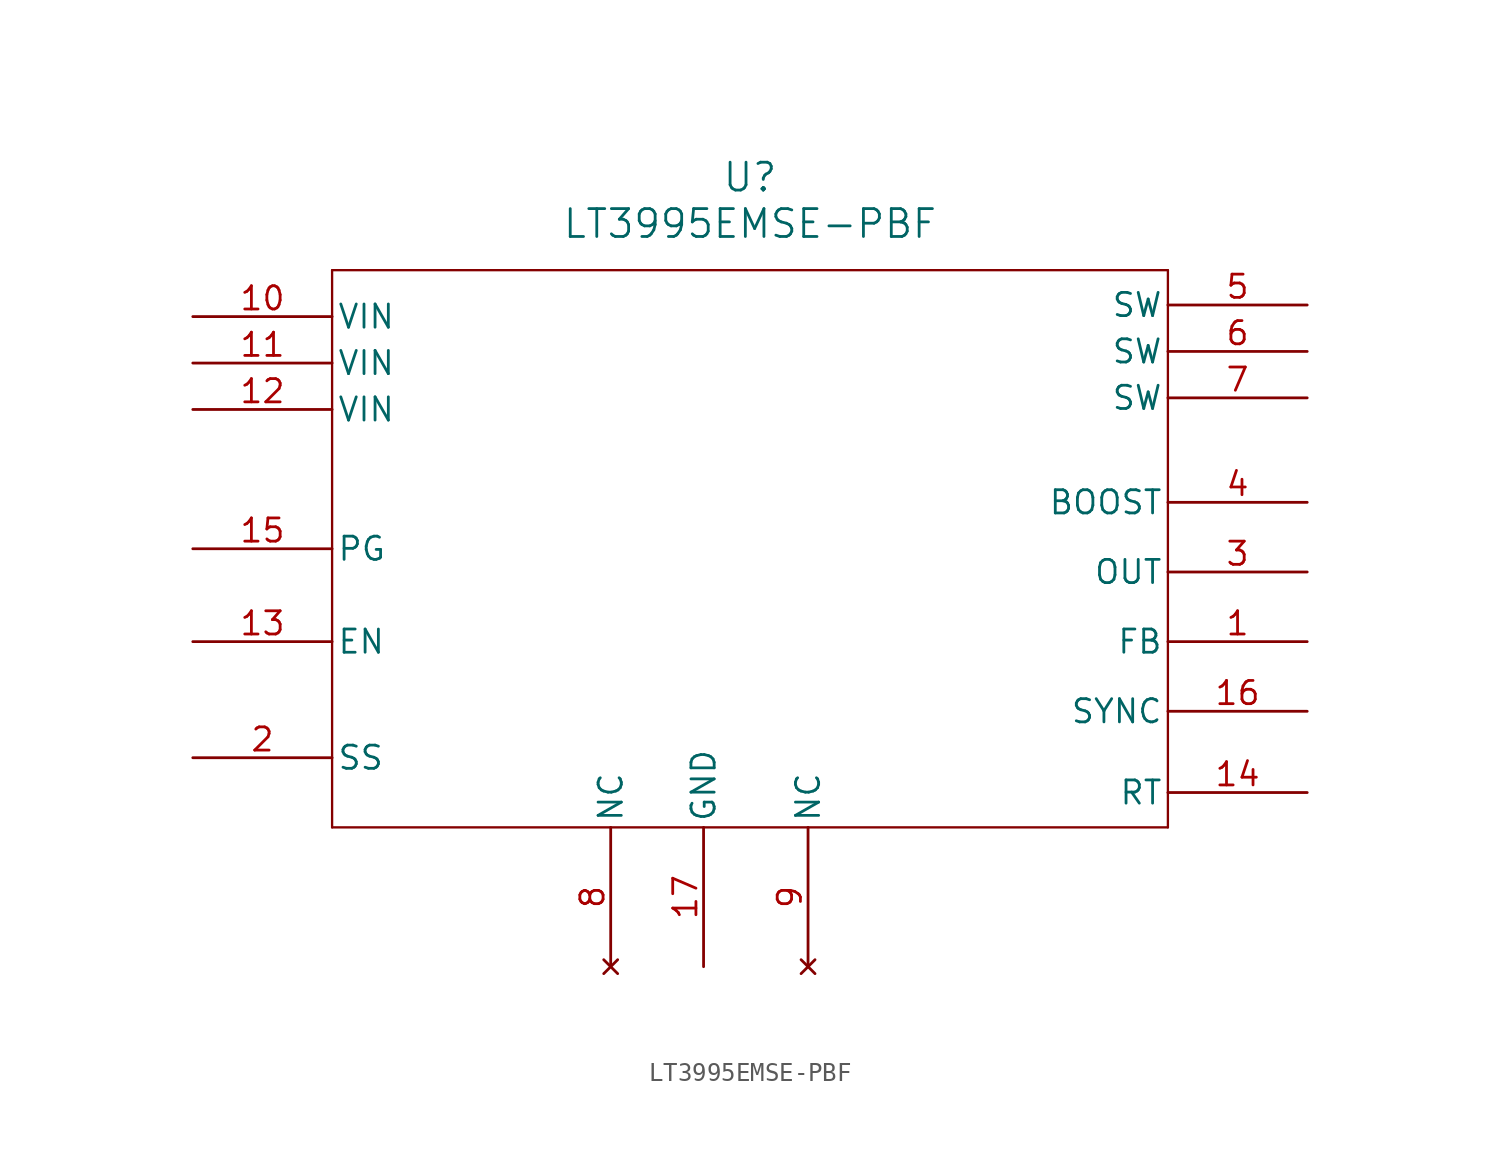
<source format=kicad_sym>
(kicad_symbol_lib
  (version 20220914)
  (generator kicad_symbol_editor)
  (symbol "LT3995EMSE-PBF"
    (pin_names
      (offset 0.254))
    (property "Reference" "U"
      (at 30.48 10.16 0)
      (effects (font (size 1.524 1.524))))
    (property "Value" "LT3995EMSE-PBF"
      (at 30.48 7.62 0)
      (effects (font (size 1.524 1.524))))
    (property "ki_locked" ""
      (at 0 0 0)
      (effects (font (size 1.27 1.27))))
    (symbol "LT3995EMSE-PBF_0_1"
      (polyline (pts (xy 7.62 -25.4) (xy 53.34 -25.4)) (stroke (width 0.127) (type default)) (fill (type none)))
      (polyline (pts (xy 7.62 5.08) (xy 7.62 -25.4)) (stroke (width 0.127) (type default)) (fill (type none)))
      (polyline (pts (xy 53.34 -25.4) (xy 53.34 5.08)) (stroke (width 0.127) (type default)) (fill (type none)))
      (polyline (pts (xy 53.34 5.08) (xy 7.62 5.08)) (stroke (width 0.127) (type default)) (fill (type none)))
      (pin unspecified line (at 60.96 -15.24 180) (length 7.62) (name "FB" (effects (font (size 1.27 1.27)))) (number "1" (effects (font (size 1.27 1.27)))))
      (pin input line (at 0 2.54 0) (length 7.62) (name "VIN" (effects (font (size 1.27 1.27)))) (number "10" (effects (font (size 1.27 1.27)))))
      (pin input line (at 0 0 0) (length 7.62) (name "VIN" (effects (font (size 1.27 1.27)))) (number "11" (effects (font (size 1.27 1.27)))))
      (pin input line (at 0 -2.54 0) (length 7.62) (name "VIN" (effects (font (size 1.27 1.27)))) (number "12" (effects (font (size 1.27 1.27)))))
      (pin unspecified line (at 0 -15.24 0) (length 7.62) (name "EN" (effects (font (size 1.27 1.27)))) (number "13" (effects (font (size 1.27 1.27)))))
      (pin unspecified line (at 60.96 -23.495 180) (length 7.62) (name "RT" (effects (font (size 1.27 1.27)))) (number "14" (effects (font (size 1.27 1.27)))))
      (pin unspecified line (at 0 -10.16 0) (length 7.62) (name "PG" (effects (font (size 1.27 1.27)))) (number "15" (effects (font (size 1.27 1.27)))))
      (pin unspecified line (at 60.96 -19.05 180) (length 7.62) (name "SYNC" (effects (font (size 1.27 1.27)))) (number "16" (effects (font (size 1.27 1.27)))))
      (pin power_in line (at 27.94 -33.02 90) (length 7.62) (name "GND" (effects (font (size 1.27 1.27)))) (number "17" (effects (font (size 1.27 1.27)))))
      (pin unspecified line (at 0 -21.59 0) (length 7.62) (name "SS" (effects (font (size 1.27 1.27)))) (number "2" (effects (font (size 1.27 1.27)))))
      (pin output line (at 60.96 -11.43 180) (length 7.62) (name "OUT" (effects (font (size 1.27 1.27)))) (number "3" (effects (font (size 1.27 1.27)))))
      (pin unspecified line (at 60.96 -7.62 180) (length 7.62) (name "BOOST" (effects (font (size 1.27 1.27)))) (number "4" (effects (font (size 1.27 1.27)))))
      (pin unspecified line (at 60.96 3.175 180) (length 7.62) (name "SW" (effects (font (size 1.27 1.27)))) (number "5" (effects (font (size 1.27 1.27)))))
      (pin unspecified line (at 60.96 0.635 180) (length 7.62) (name "SW" (effects (font (size 1.27 1.27)))) (number "6" (effects (font (size 1.27 1.27)))))
      (pin unspecified line (at 60.96 -1.905 180) (length 7.62) (name "SW" (effects (font (size 1.27 1.27)))) (number "7" (effects (font (size 1.27 1.27)))))
      (pin no_connect line (at 22.86 -33.02 90) (length 7.62) (name "NC" (effects (font (size 1.27 1.27)))) (number "8" (effects (font (size 1.27 1.27)))))
      (pin no_connect line (at 33.655 -33.02 90) (length 7.62) (name "NC" (effects (font (size 1.27 1.27)))) (number "9" (effects (font (size 1.27 1.27))))))))
</source>
